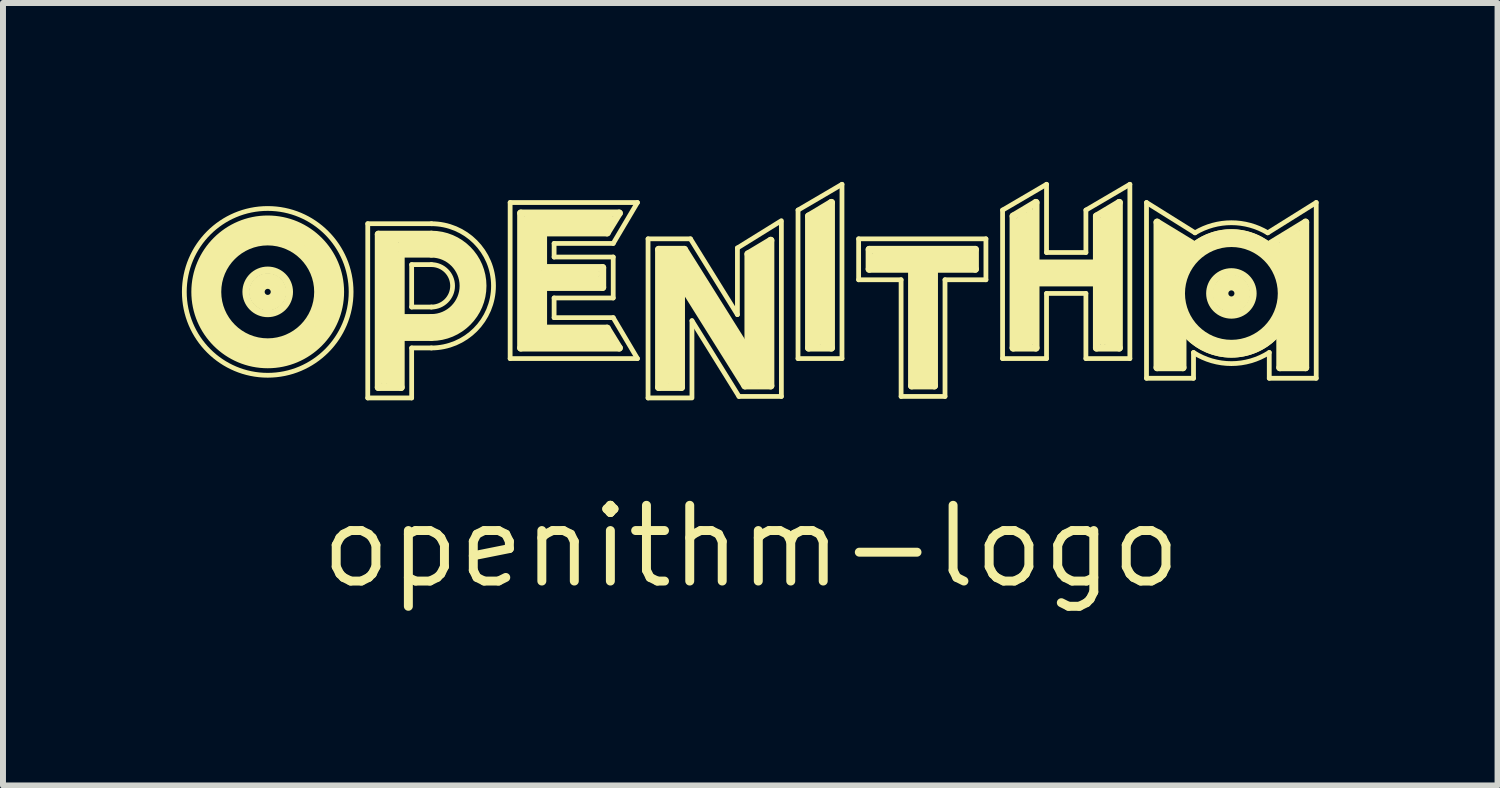
<source format=kicad_pcb>
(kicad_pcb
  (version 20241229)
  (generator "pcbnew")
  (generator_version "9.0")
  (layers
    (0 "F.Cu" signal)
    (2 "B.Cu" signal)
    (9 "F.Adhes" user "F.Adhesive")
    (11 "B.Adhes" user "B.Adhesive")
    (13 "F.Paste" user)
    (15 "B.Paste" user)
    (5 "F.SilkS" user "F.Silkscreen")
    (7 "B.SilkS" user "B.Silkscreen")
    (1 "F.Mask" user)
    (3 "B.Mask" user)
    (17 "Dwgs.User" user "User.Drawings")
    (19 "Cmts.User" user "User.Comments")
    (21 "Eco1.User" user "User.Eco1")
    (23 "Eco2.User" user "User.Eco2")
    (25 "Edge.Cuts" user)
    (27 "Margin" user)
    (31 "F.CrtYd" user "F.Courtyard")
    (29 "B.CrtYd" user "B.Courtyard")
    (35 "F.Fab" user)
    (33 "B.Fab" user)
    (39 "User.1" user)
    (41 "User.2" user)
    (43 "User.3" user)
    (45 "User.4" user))
  (footprint "openithm-logo"
    (layer "F.Cu")
    (at 9.541 1.818)
    (property "Reference" "openithm-logo" (at 0 4.293 0) (layer "F.SilkS") (effects (font (size 1.27 1.27) (thickness 0.15))))
    (attr through_hole)
    (fp_line (start -6.426 -1.118) (end -5.359 -1.118) (stroke (width 0.08) (type solid)) (layer "F.SilkS"))
    (fp_line (start -6.426 1.803) (end -6.426 -1.118) (stroke (width 0.08) (type solid)) (layer "F.SilkS"))
    (fp_line (start -6.248 -0.94) (end -6.248 1.626) (stroke (width 0.12) (type solid)) (layer "F.SilkS"))
    (fp_line (start -6.248 1.626) (end -5.867 1.626) (stroke (width 0.12) (type solid)) (layer "F.SilkS"))
    (fp_line (start -6.147 -0.864) (end -6.045 -0.864) (stroke (width 0.12) (type solid)) (layer "F.SilkS"))
    (fp_line (start -6.147 1.524) (end -6.147 -0.864) (stroke (width 0.12) (type solid)) (layer "F.SilkS"))
    (fp_line (start -6.045 -0.864) (end -6.045 1.549) (stroke (width 0.12) (type solid)) (layer "F.SilkS"))
    (fp_line (start -6.045 1.549) (end -5.969 1.549) (stroke (width 0.12) (type solid)) (layer "F.SilkS"))
    (fp_line (start -5.969 -0.864) (end -5.309 -0.864) (stroke (width 0.12) (type solid)) (layer "F.SilkS"))
    (fp_line (start -5.969 1.549) (end -5.969 -0.864) (stroke (width 0.12) (type solid)) (layer "F.SilkS"))
    (fp_line (start -5.893 0.533) (end -5.334 0.533) (stroke (width 0.12) (type solid)) (layer "F.SilkS"))
    (fp_line (start -5.893 0.635) (end -5.893 0.711) (stroke (width 0.12) (type solid)) (layer "F.SilkS"))
    (fp_line (start -5.893 0.711) (end -5.309 0.711) (stroke (width 0.12) (type solid)) (layer "F.SilkS"))
    (fp_line (start -5.867 -0.762) (end -5.867 -0.686) (stroke (width 0.12) (type solid)) (layer "F.SilkS"))
    (fp_line (start -5.867 -0.686) (end -5.309 -0.686) (stroke (width 0.12) (type solid)) (layer "F.SilkS"))
    (fp_line (start -5.867 -0.61) (end -5.359 -0.61) (stroke (width 0.12) (type solid)) (layer "F.SilkS"))
    (fp_line (start -5.867 0.457) (end -5.867 -0.61) (stroke (width 0.12) (type solid)) (layer "F.SilkS"))
    (fp_line (start -5.867 0.787) (end -5.359 0.787) (stroke (width 0.12) (type solid)) (layer "F.SilkS"))
    (fp_line (start -5.867 1.626) (end -5.867 0.787) (stroke (width 0.12) (type solid)) (layer "F.SilkS"))
    (fp_line (start -5.69 -0.432) (end -5.69 0.279) (stroke (width 0.08) (type solid)) (layer "F.SilkS"))
    (fp_line (start -5.69 0.279) (end -5.359 0.279) (stroke (width 0.08) (type solid)) (layer "F.SilkS"))
    (fp_line (start -5.69 0.965) (end -5.69 1.803) (stroke (width 0.08) (type solid)) (layer "F.SilkS"))
    (fp_line (start -5.69 1.803) (end -6.426 1.803) (stroke (width 0.08) (type solid)) (layer "F.SilkS"))
    (fp_line (start -5.359 -0.94) (end -6.248 -0.94) (stroke (width 0.12) (type solid)) (layer "F.SilkS"))
    (fp_line (start -5.359 -0.432) (end -5.69 -0.432) (stroke (width 0.08) (type solid)) (layer "F.SilkS"))
    (fp_line (start -5.359 0.457) (end -5.867 0.457) (stroke (width 0.12) (type solid)) (layer "F.SilkS"))
    (fp_line (start -5.359 0.965) (end -5.69 0.965) (stroke (width 0.08) (type solid)) (layer "F.SilkS"))
    (fp_line (start -5.334 0.533) (end -5.334 0.635) (stroke (width 0.12) (type solid)) (layer "F.SilkS"))
    (fp_line (start -5.334 0.635) (end -5.893 0.635) (stroke (width 0.12) (type solid)) (layer "F.SilkS"))
    (fp_line (start -5.309 -0.864) (end -5.309 -0.762) (stroke (width 0.12) (type solid)) (layer "F.SilkS"))
    (fp_line (start -5.309 -0.762) (end -5.867 -0.762) (stroke (width 0.12) (type solid)) (layer "F.SilkS"))
    (fp_line (start -4.039 -1.473) (end -1.905 -1.473) (stroke (width 0.08) (type solid)) (layer "F.SilkS"))
    (fp_line (start -4.039 1.143) (end -4.039 -1.473) (stroke (width 0.08) (type solid)) (layer "F.SilkS"))
    (fp_line (start -3.861 -1.295) (end -2.21 -1.295) (stroke (width 0.12) (type solid)) (layer "F.SilkS"))
    (fp_line (start -3.861 0.965) (end -3.861 -1.295) (stroke (width 0.12) (type solid)) (layer "F.SilkS"))
    (fp_line (start -3.785 0.787) (end -2.388 0.787) (stroke (width 0.12) (type solid)) (layer "F.SilkS"))
    (fp_line (start -3.785 0.889) (end -3.785 0.787) (stroke (width 0.12) (type solid)) (layer "F.SilkS"))
    (fp_line (start -3.759 -1.194) (end -2.362 -1.194) (stroke (width 0.12) (type solid)) (layer "F.SilkS"))
    (fp_line (start -3.759 0.737) (end -3.759 -1.194) (stroke (width 0.12) (type solid)) (layer "F.SilkS"))
    (fp_line (start -3.683 -1.016) (end -3.683 0.686) (stroke (width 0.12) (type solid)) (layer "F.SilkS"))
    (fp_line (start -3.683 0.686) (end -3.581 0.686) (stroke (width 0.12) (type solid)) (layer "F.SilkS"))
    (fp_line (start -3.581 0.686) (end -3.581 -0.94) (stroke (width 0.12) (type solid)) (layer "F.SilkS"))
    (fp_line (start -3.505 -0.279) (end -3.505 -0.178) (stroke (width 0.12) (type solid)) (layer "F.SilkS"))
    (fp_line (start -3.505 -0.178) (end -2.54 -0.178) (stroke (width 0.12) (type solid)) (layer "F.SilkS"))
    (fp_line (start -3.48 -0.965) (end -3.48 -0.381) (stroke (width 0.12) (type solid)) (layer "F.SilkS"))
    (fp_line (start -3.48 -0.381) (end -2.489 -0.381) (stroke (width 0.12) (type solid)) (layer "F.SilkS"))
    (fp_line (start -3.48 -0.051) (end -3.48 0.635) (stroke (width 0.12) (type solid)) (layer "F.SilkS"))
    (fp_line (start -3.48 0.635) (end -2.413 0.635) (stroke (width 0.12) (type solid)) (layer "F.SilkS"))
    (fp_line (start -3.302 -0.787) (end -3.302 -0.559) (stroke (width 0.08) (type solid)) (layer "F.SilkS"))
    (fp_line (start -3.302 -0.559) (end -2.311 -0.559) (stroke (width 0.08) (type solid)) (layer "F.SilkS"))
    (fp_line (start -3.302 0.127) (end -3.302 0.457) (stroke (width 0.08) (type solid)) (layer "F.SilkS"))
    (fp_line (start -3.302 0.457) (end -2.311 0.457) (stroke (width 0.08) (type solid)) (layer "F.SilkS"))
    (fp_line (start -2.591 -0.279) (end -3.505 -0.279) (stroke (width 0.12) (type solid)) (layer "F.SilkS"))
    (fp_line (start -2.54 -0.178) (end -2.54 -0.127) (stroke (width 0.12) (type solid)) (layer "F.SilkS"))
    (fp_line (start -2.54 -0.127) (end -3.531 -0.127) (stroke (width 0.12) (type solid)) (layer "F.SilkS"))
    (fp_line (start -2.489 -0.381) (end -2.489 -0.051) (stroke (width 0.12) (type solid)) (layer "F.SilkS"))
    (fp_line (start -2.489 -0.051) (end -3.48 -0.051) (stroke (width 0.12) (type solid)) (layer "F.SilkS"))
    (fp_line (start -2.464 0.737) (end -3.759 0.737) (stroke (width 0.12) (type solid)) (layer "F.SilkS"))
    (fp_line (start -2.438 -1.092) (end -3.683 -1.092) (stroke (width 0.12) (type solid)) (layer "F.SilkS"))
    (fp_line (start -2.438 -1.016) (end -3.683 -1.016) (stroke (width 0.12) (type solid)) (layer "F.SilkS"))
    (fp_line (start -2.413 -0.965) (end -3.48 -0.965) (stroke (width 0.12) (type solid)) (layer "F.SilkS"))
    (fp_line (start -2.413 0.635) (end -2.21 0.965) (stroke (width 0.12) (type solid)) (layer "F.SilkS"))
    (fp_line (start -2.388 0.787) (end -2.464 0.737) (stroke (width 0.12) (type solid)) (layer "F.SilkS"))
    (fp_line (start -2.362 -1.194) (end -2.438 -1.092) (stroke (width 0.12) (type solid)) (layer "F.SilkS"))
    (fp_line (start -2.337 0.889) (end -3.785 0.889) (stroke (width 0.12) (type solid)) (layer "F.SilkS"))
    (fp_line (start -2.311 -0.787) (end -3.302 -0.787) (stroke (width 0.08) (type solid)) (layer "F.SilkS"))
    (fp_line (start -2.311 -0.559) (end -2.311 0.127) (stroke (width 0.08) (type solid)) (layer "F.SilkS"))
    (fp_line (start -2.311 0.127) (end -3.302 0.127) (stroke (width 0.08) (type solid)) (layer "F.SilkS"))
    (fp_line (start -2.311 0.457) (end -1.905 1.143) (stroke (width 0.08) (type solid)) (layer "F.SilkS"))
    (fp_line (start -2.21 -1.295) (end -2.413 -0.965) (stroke (width 0.12) (type solid)) (layer "F.SilkS"))
    (fp_line (start -2.21 0.965) (end -3.861 0.965) (stroke (width 0.12) (type solid)) (layer "F.SilkS"))
    (fp_line (start -1.905 -1.473) (end -2.311 -0.787) (stroke (width 0.08) (type solid)) (layer "F.SilkS"))
    (fp_line (start -1.905 1.143) (end -4.039 1.143) (stroke (width 0.08) (type solid)) (layer "F.SilkS"))
    (fp_line (start -1.727 -0.864) (end -1.016 -0.864) (stroke (width 0.08) (type solid)) (layer "F.SilkS"))
    (fp_line (start -1.727 1.803) (end -1.727 -0.864) (stroke (width 0.08) (type solid)) (layer "F.SilkS"))
    (fp_line (start -1.549 -0.686) (end -1.118 -0.686) (stroke (width 0.12) (type solid)) (layer "F.SilkS"))
    (fp_line (start -1.549 1.626) (end -1.549 -0.686) (stroke (width 0.12) (type solid)) (layer "F.SilkS"))
    (fp_line (start -1.448 -0.61) (end -1.448 1.549) (stroke (width 0.12) (type solid)) (layer "F.SilkS"))
    (fp_line (start -1.346 -0.61) (end -1.448 -0.61) (stroke (width 0.12) (type solid)) (layer "F.SilkS"))
    (fp_line (start -1.346 1.524) (end -1.346 -0.61) (stroke (width 0.12) (type solid)) (layer "F.SilkS"))
    (fp_line (start -1.245 -0.61) (end -1.245 1.524) (stroke (width 0.12) (type solid)) (layer "F.SilkS"))
    (fp_line (start -1.245 1.524) (end -1.346 1.524) (stroke (width 0.12) (type solid)) (layer "F.SilkS"))
    (fp_line (start -1.194 -0.406) (end -1.194 -0.229) (stroke (width 0.12) (type solid)) (layer "F.SilkS"))
    (fp_line (start -1.194 -0.229) (end -0.051 1.499) (stroke (width 0.12) (type solid)) (layer "F.SilkS"))
    (fp_line (start -1.168 -0.584) (end -1.168 -0.483) (stroke (width 0.12) (type solid)) (layer "F.SilkS"))
    (fp_line (start -1.168 -0.483) (end -0.051 1.27) (stroke (width 0.12) (type solid)) (layer "F.SilkS"))
    (fp_line (start -1.168 -0.102) (end -1.168 1.626) (stroke (width 0.12) (type solid)) (layer "F.SilkS"))
    (fp_line (start -1.168 1.626) (end -1.549 1.626) (stroke (width 0.12) (type solid)) (layer "F.SilkS"))
    (fp_line (start -1.118 -0.686) (end -0.051 1.016) (stroke (width 0.12) (type solid)) (layer "F.SilkS"))
    (fp_line (start -1.016 -0.864) (end -0.229 0.406) (stroke (width 0.08) (type solid)) (layer "F.SilkS"))
    (fp_line (start -1.016 1.803) (end -1.727 1.803) (stroke (width 0.08) (type solid)) (layer "F.SilkS"))
    (fp_line (start -0.991 0.508) (end -0.991 1.803) (stroke (width 0.08) (type solid)) (layer "F.SilkS"))
    (fp_line (start -0.229 -0.711) (end 0.508 -1.168) (stroke (width 0.08) (type solid)) (layer "F.SilkS"))
    (fp_line (start -0.229 0.406) (end -0.229 -0.711) (stroke (width 0.08) (type solid)) (layer "F.SilkS"))
    (fp_line (start -0.203 1.778) (end -0.991 0.508) (stroke (width 0.08) (type solid)) (layer "F.SilkS"))
    (fp_line (start -0.102 1.6) (end -1.168 -0.102) (stroke (width 0.12) (type solid)) (layer "F.SilkS"))
    (fp_line (start -0.051 -0.61) (end 0.33 -0.838) (stroke (width 0.12) (type solid)) (layer "F.SilkS"))
    (fp_line (start -0.051 1.016) (end -0.051 -0.61) (stroke (width 0.12) (type solid)) (layer "F.SilkS"))
    (fp_line (start -0.051 1.27) (end -0.051 1.397) (stroke (width 0.12) (type solid)) (layer "F.SilkS"))
    (fp_line (start -0.051 1.397) (end -1.194 -0.406) (stroke (width 0.12) (type solid)) (layer "F.SilkS"))
    (fp_line (start -0.025 1.168) (end -1.168 -0.584) (stroke (width 0.12) (type solid)) (layer "F.SilkS"))
    (fp_line (start 0.025 1.499) (end 0.025 -0.559) (stroke (width 0.12) (type solid)) (layer "F.SilkS"))
    (fp_line (start 0.076 -0.559) (end 0.076 1.499) (stroke (width 0.12) (type solid)) (layer "F.SilkS"))
    (fp_line (start 0.076 1.499) (end 0.025 1.499) (stroke (width 0.12) (type solid)) (layer "F.SilkS"))
    (fp_line (start 0.178 -0.635) (end 0.076 -0.559) (stroke (width 0.12) (type solid)) (layer "F.SilkS"))
    (fp_line (start 0.178 1.524) (end 0.178 -0.635) (stroke (width 0.12) (type solid)) (layer "F.SilkS"))
    (fp_line (start 0.254 -0.711) (end 0.254 1.524) (stroke (width 0.12) (type solid)) (layer "F.SilkS"))
    (fp_line (start 0.254 1.524) (end 0.178 1.524) (stroke (width 0.12) (type solid)) (layer "F.SilkS"))
    (fp_line (start 0.33 -0.838) (end 0.33 1.6) (stroke (width 0.12) (type solid)) (layer "F.SilkS"))
    (fp_line (start 0.33 1.6) (end -0.102 1.6) (stroke (width 0.12) (type solid)) (layer "F.SilkS"))
    (fp_line (start 0.508 -1.143) (end 0.508 1.778) (stroke (width 0.08) (type solid)) (layer "F.SilkS"))
    (fp_line (start 0.508 1.778) (end -0.203 1.778) (stroke (width 0.08) (type solid)) (layer "F.SilkS"))
    (fp_line (start 0.787 -1.346) (end 1.524 -1.778) (stroke (width 0.08) (type solid)) (layer "F.SilkS"))
    (fp_line (start 0.787 1.143) (end 0.787 -1.346) (stroke (width 0.08) (type solid)) (layer "F.SilkS"))
    (fp_line (start 0.965 -1.245) (end 1.346 -1.473) (stroke (width 0.12) (type solid)) (layer "F.SilkS"))
    (fp_line (start 0.965 0.965) (end 0.965 -1.245) (stroke (width 0.12) (type solid)) (layer "F.SilkS"))
    (fp_line (start 1.041 -1.194) (end 1.041 0.864) (stroke (width 0.12) (type solid)) (layer "F.SilkS"))
    (fp_line (start 1.041 0.864) (end 1.118 0.864) (stroke (width 0.12) (type solid)) (layer "F.SilkS"))
    (fp_line (start 1.118 -1.245) (end 1.219 -1.295) (stroke (width 0.12) (type solid)) (layer "F.SilkS"))
    (fp_line (start 1.118 0.864) (end 1.118 -1.245) (stroke (width 0.12) (type solid)) (layer "F.SilkS"))
    (fp_line (start 1.219 -1.295) (end 1.219 0.889) (stroke (width 0.12) (type solid)) (layer "F.SilkS"))
    (fp_line (start 1.219 0.889) (end 1.27 0.889) (stroke (width 0.12) (type solid)) (layer "F.SilkS"))
    (fp_line (start 1.27 0.889) (end 1.27 -1.346) (stroke (width 0.12) (type solid)) (layer "F.SilkS"))
    (fp_line (start 1.346 -1.473) (end 1.346 0.965) (stroke (width 0.12) (type solid)) (layer "F.SilkS"))
    (fp_line (start 1.346 0.965) (end 0.965 0.965) (stroke (width 0.12) (type solid)) (layer "F.SilkS"))
    (fp_line (start 1.524 -1.778) (end 1.524 1.143) (stroke (width 0.08) (type solid)) (layer "F.SilkS"))
    (fp_line (start 1.524 1.143) (end 0.787 1.143) (stroke (width 0.08) (type solid)) (layer "F.SilkS"))
    (fp_line (start 1.803 -0.864) (end 3.937 -0.864) (stroke (width 0.08) (type solid)) (layer "F.SilkS"))
    (fp_line (start 1.803 -0.178) (end 1.803 -0.864) (stroke (width 0.08) (type solid)) (layer "F.SilkS"))
    (fp_line (start 1.981 -0.686) (end 3.759 -0.686) (stroke (width 0.12) (type solid)) (layer "F.SilkS"))
    (fp_line (start 1.981 -0.356) (end 1.981 -0.686) (stroke (width 0.12) (type solid)) (layer "F.SilkS"))
    (fp_line (start 2.057 -0.508) (end 2.083 -0.432) (stroke (width 0.12) (type solid)) (layer "F.SilkS"))
    (fp_line (start 2.083 -0.584) (end 3.658 -0.584) (stroke (width 0.12) (type solid)) (layer "F.SilkS"))
    (fp_line (start 2.083 -0.432) (end 3.708 -0.432) (stroke (width 0.12) (type solid)) (layer "F.SilkS"))
    (fp_line (start 2.515 -0.178) (end 1.803 -0.178) (stroke (width 0.08) (type solid)) (layer "F.SilkS"))
    (fp_line (start 2.515 1.778) (end 2.515 -0.178) (stroke (width 0.08) (type solid)) (layer "F.SilkS"))
    (fp_line (start 2.692 -0.356) (end 1.981 -0.356) (stroke (width 0.12) (type solid)) (layer "F.SilkS"))
    (fp_line (start 2.692 1.6) (end 2.692 -0.356) (stroke (width 0.12) (type solid)) (layer "F.SilkS"))
    (fp_line (start 2.794 -0.356) (end 2.794 1.524) (stroke (width 0.12) (type solid)) (layer "F.SilkS"))
    (fp_line (start 2.896 -0.381) (end 2.794 -0.356) (stroke (width 0.12) (type solid)) (layer "F.SilkS"))
    (fp_line (start 2.896 1.524) (end 2.896 -0.381) (stroke (width 0.12) (type solid)) (layer "F.SilkS"))
    (fp_line (start 2.972 -0.356) (end 2.972 1.524) (stroke (width 0.12) (type solid)) (layer "F.SilkS"))
    (fp_line (start 2.972 1.524) (end 2.896 1.524) (stroke (width 0.12) (type solid)) (layer "F.SilkS"))
    (fp_line (start 3.073 -0.356) (end 3.073 1.6) (stroke (width 0.12) (type solid)) (layer "F.SilkS"))
    (fp_line (start 3.073 1.6) (end 2.692 1.6) (stroke (width 0.12) (type solid)) (layer "F.SilkS"))
    (fp_line (start 3.251 -0.178) (end 3.251 1.778) (stroke (width 0.08) (type solid)) (layer "F.SilkS"))
    (fp_line (start 3.251 1.778) (end 2.515 1.778) (stroke (width 0.08) (type solid)) (layer "F.SilkS"))
    (fp_line (start 3.658 -0.584) (end 3.658 -0.508) (stroke (width 0.12) (type solid)) (layer "F.SilkS"))
    (fp_line (start 3.658 -0.508) (end 2.057 -0.508) (stroke (width 0.12) (type solid)) (layer "F.SilkS"))
    (fp_line (start 3.759 -0.686) (end 3.759 -0.356) (stroke (width 0.12) (type solid)) (layer "F.SilkS"))
    (fp_line (start 3.759 -0.356) (end 3.073 -0.356) (stroke (width 0.12) (type solid)) (layer "F.SilkS"))
    (fp_line (start 3.937 -0.864) (end 3.937 -0.178) (stroke (width 0.08) (type solid)) (layer "F.SilkS"))
    (fp_line (start 3.937 -0.178) (end 3.251 -0.178) (stroke (width 0.08) (type solid)) (layer "F.SilkS"))
    (fp_line (start 4.216 -1.346) (end 4.953 -1.778) (stroke (width 0.08) (type solid)) (layer "F.SilkS"))
    (fp_line (start 4.216 1.143) (end 4.216 -1.346) (stroke (width 0.08) (type solid)) (layer "F.SilkS"))
    (fp_line (start 4.394 -1.245) (end 4.775 -1.473) (stroke (width 0.12) (type solid)) (layer "F.SilkS"))
    (fp_line (start 4.394 0.965) (end 4.394 -1.245) (stroke (width 0.12) (type solid)) (layer "F.SilkS"))
    (fp_line (start 4.496 -1.168) (end 4.496 0.889) (stroke (width 0.12) (type solid)) (layer "F.SilkS"))
    (fp_line (start 4.572 -1.27) (end 4.496 -1.168) (stroke (width 0.12) (type solid)) (layer "F.SilkS"))
    (fp_line (start 4.572 0.864) (end 4.572 -1.27) (stroke (width 0.12) (type solid)) (layer "F.SilkS"))
    (fp_line (start 4.674 -1.321) (end 4.674 0.864) (stroke (width 0.12) (type solid)) (layer "F.SilkS"))
    (fp_line (start 4.674 0.864) (end 4.572 0.864) (stroke (width 0.12) (type solid)) (layer "F.SilkS"))
    (fp_line (start 4.724 -0.381) (end 5.842 -0.381) (stroke (width 0.12) (type solid)) (layer "F.SilkS"))
    (fp_line (start 4.775 -1.473) (end 4.775 -0.457) (stroke (width 0.12) (type solid)) (layer "F.SilkS"))
    (fp_line (start 4.775 -0.457) (end 5.791 -0.457) (stroke (width 0.12) (type solid)) (layer "F.SilkS"))
    (fp_line (start 4.775 -0.305) (end 4.775 -0.203) (stroke (width 0.12) (type solid)) (layer "F.SilkS"))
    (fp_line (start 4.775 -0.203) (end 5.817 -0.203) (stroke (width 0.12) (type solid)) (layer "F.SilkS"))
    (fp_line (start 4.775 -0.127) (end 4.775 0.965) (stroke (width 0.12) (type solid)) (layer "F.SilkS"))
    (fp_line (start 4.775 0.965) (end 4.394 0.965) (stroke (width 0.12) (type solid)) (layer "F.SilkS"))
    (fp_line (start 4.953 -1.778) (end 4.953 -0.635) (stroke (width 0.08) (type solid)) (layer "F.SilkS"))
    (fp_line (start 4.953 -0.635) (end 5.613 -0.635) (stroke (width 0.08) (type solid)) (layer "F.SilkS"))
    (fp_line (start 4.953 0.051) (end 4.953 1.143) (stroke (width 0.08) (type solid)) (layer "F.SilkS"))
    (fp_line (start 4.953 1.143) (end 4.216 1.143) (stroke (width 0.08) (type solid)) (layer "F.SilkS"))
    (fp_line (start 5.613 -1.346) (end 6.35 -1.778) (stroke (width 0.08) (type solid)) (layer "F.SilkS"))
    (fp_line (start 5.613 -0.635) (end 5.613 -1.346) (stroke (width 0.08) (type solid)) (layer "F.SilkS"))
    (fp_line (start 5.613 0.051) (end 4.953 0.051) (stroke (width 0.08) (type solid)) (layer "F.SilkS"))
    (fp_line (start 5.613 1.143) (end 5.613 0.051) (stroke (width 0.08) (type solid)) (layer "F.SilkS"))
    (fp_line (start 5.791 -1.245) (end 6.172 -1.473) (stroke (width 0.12) (type solid)) (layer "F.SilkS"))
    (fp_line (start 5.791 -0.457) (end 5.791 -1.245) (stroke (width 0.12) (type solid)) (layer "F.SilkS"))
    (fp_line (start 5.791 -0.127) (end 4.775 -0.127) (stroke (width 0.12) (type solid)) (layer "F.SilkS"))
    (fp_line (start 5.791 0.965) (end 5.791 -0.127) (stroke (width 0.12) (type solid)) (layer "F.SilkS"))
    (fp_line (start 5.842 -0.381) (end 5.842 -0.305) (stroke (width 0.12) (type solid)) (layer "F.SilkS"))
    (fp_line (start 5.842 -0.305) (end 4.775 -0.305) (stroke (width 0.12) (type solid)) (layer "F.SilkS"))
    (fp_line (start 5.893 -1.168) (end 5.893 0.864) (stroke (width 0.12) (type solid)) (layer "F.SilkS"))
    (fp_line (start 5.994 -1.295) (end 5.893 -1.168) (stroke (width 0.12) (type solid)) (layer "F.SilkS"))
    (fp_line (start 5.994 0.889) (end 5.994 -1.295) (stroke (width 0.12) (type solid)) (layer "F.SilkS"))
    (fp_line (start 6.096 -1.346) (end 6.096 0.889) (stroke (width 0.12) (type solid)) (layer "F.SilkS"))
    (fp_line (start 6.096 0.889) (end 5.994 0.889) (stroke (width 0.12) (type solid)) (layer "F.SilkS"))
    (fp_line (start 6.172 -1.473) (end 6.172 0.965) (stroke (width 0.12) (type solid)) (layer "F.SilkS"))
    (fp_line (start 6.172 0.965) (end 5.791 0.965) (stroke (width 0.12) (type solid)) (layer "F.SilkS"))
    (fp_line (start 6.35 -1.778) (end 6.35 1.143) (stroke (width 0.08) (type solid)) (layer "F.SilkS"))
    (fp_line (start 6.35 1.143) (end 5.613 1.143) (stroke (width 0.08) (type solid)) (layer "F.SilkS"))
    (fp_line (start 6.629 -1.473) (end 7.442 -0.965) (stroke (width 0.08) (type solid)) (layer "F.SilkS"))
    (fp_line (start 6.629 1.473) (end 6.629 -1.473) (stroke (width 0.08) (type solid)) (layer "F.SilkS"))
    (fp_line (start 6.807 -1.143) (end 7.391 -0.787) (stroke (width 0.12) (type solid)) (layer "F.SilkS"))
    (fp_line (start 6.807 1.295) (end 6.807 -1.143) (stroke (width 0.12) (type solid)) (layer "F.SilkS"))
    (fp_line (start 6.883 -1.016) (end 6.883 1.219) (stroke (width 0.12) (type solid)) (layer "F.SilkS"))
    (fp_line (start 6.883 1.219) (end 6.96 1.219) (stroke (width 0.12) (type solid)) (layer "F.SilkS"))
    (fp_line (start 6.96 -0.965) (end 7.061 -0.889) (stroke (width 0.12) (type solid)) (layer "F.SilkS"))
    (fp_line (start 6.96 1.219) (end 6.96 -0.965) (stroke (width 0.12) (type solid)) (layer "F.SilkS"))
    (fp_line (start 7.061 -0.889) (end 7.061 1.219) (stroke (width 0.12) (type solid)) (layer "F.SilkS"))
    (fp_line (start 7.061 1.219) (end 7.137 1.219) (stroke (width 0.12) (type solid)) (layer "F.SilkS"))
    (fp_line (start 7.137 -0.864) (end 7.315 -0.737) (stroke (width 0.12) (type solid)) (layer "F.SilkS"))
    (fp_line (start 7.137 1.219) (end 7.137 -0.864) (stroke (width 0.12) (type solid)) (layer "F.SilkS"))
    (fp_line (start 7.188 -0.61) (end 7.214 -0.737) (stroke (width 0.12) (type solid)) (layer "F.SilkS"))
    (fp_line (start 7.239 1.295) (end 6.807 1.295) (stroke (width 0.12) (type solid)) (layer "F.SilkS"))
    (fp_line (start 7.239 1.295) (end 7.239 0.737) (stroke (width 0.12) (type solid)) (layer "F.SilkS"))
    (fp_line (start 7.315 -0.737) (end 7.188 -0.61) (stroke (width 0.12) (type solid)) (layer "F.SilkS"))
    (fp_line (start 7.417 1.041) (end 7.417 1.473) (stroke (width 0.08) (type solid)) (layer "F.SilkS"))
    (fp_line (start 7.417 1.473) (end 6.629 1.473) (stroke (width 0.08) (type solid)) (layer "F.SilkS"))
    (fp_line (start 8.661 -0.965) (end 9.474 -1.473) (stroke (width 0.08) (type solid)) (layer "F.SilkS"))
    (fp_line (start 8.687 1.473) (end 8.687 1.041) (stroke (width 0.08) (type solid)) (layer "F.SilkS"))
    (fp_line (start 8.839 -0.66) (end 8.814 -0.762) (stroke (width 0.12) (type solid)) (layer "F.SilkS"))
    (fp_line (start 8.865 1.295) (end 8.865 0.737) (stroke (width 0.12) (type solid)) (layer "F.SilkS"))
    (fp_line (start 8.865 1.295) (end 9.296 1.295) (stroke (width 0.12) (type solid)) (layer "F.SilkS"))
    (fp_line (start 8.941 -0.838) (end 8.839 -0.66) (stroke (width 0.12) (type solid)) (layer "F.SilkS"))
    (fp_line (start 8.941 1.219) (end 8.941 -0.838) (stroke (width 0.12) (type solid)) (layer "F.SilkS"))
    (fp_line (start 9.042 -0.889) (end 9.042 1.219) (stroke (width 0.12) (type solid)) (layer "F.SilkS"))
    (fp_line (start 9.042 1.219) (end 8.941 1.219) (stroke (width 0.12) (type solid)) (layer "F.SilkS"))
    (fp_line (start 9.144 -0.965) (end 9.042 -0.889) (stroke (width 0.12) (type solid)) (layer "F.SilkS"))
    (fp_line (start 9.144 1.219) (end 9.144 -0.965) (stroke (width 0.12) (type solid)) (layer "F.SilkS"))
    (fp_line (start 9.246 -1.041) (end 9.246 1.219) (stroke (width 0.12) (type solid)) (layer "F.SilkS"))
    (fp_line (start 9.246 1.219) (end 9.144 1.219) (stroke (width 0.12) (type solid)) (layer "F.SilkS"))
    (fp_line (start 9.296 -1.143) (end 8.712 -0.787) (stroke (width 0.12) (type solid)) (layer "F.SilkS"))
    (fp_line (start 9.296 1.295) (end 9.296 -1.143) (stroke (width 0.12) (type solid)) (layer "F.SilkS"))
    (fp_line (start 9.474 -1.473) (end 9.474 1.473) (stroke (width 0.08) (type solid)) (layer "F.SilkS"))
    (fp_line (start 9.474 1.473) (end 8.687 1.473) (stroke (width 0.08) (type solid)) (layer "F.SilkS"))
    (fp_arc (start -5.3594 -1.1176) (mid -4.318 -0.0762) (end -5.3594 0.9652) (stroke (width 0.08) (type solid)) (layer "F.SilkS"))
    (fp_arc (start -5.3594 -0.9398) (mid -4.4958 -0.0762) (end -5.3594 0.7874) (stroke (width 0.12) (type solid)) (layer "F.SilkS"))
    (fp_arc (start -5.3594 -0.6096) (mid -4.826 -0.0762) (end -5.3594 0.4572) (stroke (width 0.12) (type solid)) (layer "F.SilkS"))
    (fp_arc (start -5.3594 -0.4318) (mid -5.0038 -0.0762) (end -5.3594 0.2794) (stroke (width 0.08) (type solid)) (layer "F.SilkS"))
    (fp_arc (start -5.281009 -0.860099) (mid -4.572039 -0.049646) (end -5.334001 0.711199) (stroke (width 0.12) (type solid)) (layer "F.SilkS"))
    (fp_arc (start -5.258402 -0.682184) (mid -4.745185 -0.063669) (end -5.283201 0.533399) (stroke (width 0.12) (type solid)) (layer "F.SilkS"))
    (fp_arc (start -5.219123 -0.777579) (mid -4.644866 -0.043787) (end -5.283201 0.634999) (stroke (width 0.12) (type solid)) (layer "F.SilkS"))
    (fp_arc (start 7.4422 -0.9652) (mid 8.0518 -1.134049) (end 8.6614 -0.9652) (stroke (width 0.08) (type solid)) (layer "F.SilkS"))
    (fp_arc (start 7.449932 -0.767742) (mid 8.056615 -0.965189) (end 8.6614 -0.762) (stroke (width 0.12) (type solid)) (layer "F.SilkS"))
    (fp_arc (start 8.6868 1.0414) (mid 8.0518 1.227454) (end 7.4168 1.0414) (stroke (width 0.08) (type solid)) (layer "F.SilkS"))
    (fp_arc (start 8.8646 0.6604) (mid 8.0518 1.0668) (end 7.239 0.6604) (stroke (width 0.12) (type solid)) (layer "F.SilkS"))
    (fp_circle (center -8.103 0.025) (end -8.052 0.025) (stroke (width 0.12) (type solid)) (fill no) (layer "F.SilkS"))
    (fp_circle (center -8.103 0.025) (end -7.95 0.025) (stroke (width 0.12) (type solid)) (fill no) (layer "F.SilkS"))
    (fp_circle (center -8.103 0.025) (end -7.849 0.025) (stroke (width 0.12) (type solid)) (fill no) (layer "F.SilkS"))
    (fp_circle (center -8.103 0.025) (end -7.747 -0.051) (stroke (width 0.12) (type solid)) (fill no) (layer "F.SilkS"))
    (fp_circle (center -8.103 0.025) (end -7.264 0.025) (stroke (width 0.12) (type solid)) (fill no) (layer "F.SilkS"))
    (fp_circle (center -8.103 0.025) (end -7.163 0.051) (stroke (width 0.12) (type solid)) (fill no) (layer "F.SilkS"))
    (fp_circle (center -8.103 0.025) (end -7.061 0.076) (stroke (width 0.12) (type solid)) (fill no) (layer "F.SilkS"))
    (fp_circle (center -8.103 0.025) (end -6.985 0.076) (stroke (width 0.12) (type solid)) (fill no) (layer "F.SilkS"))
    (fp_circle (center -8.103 0.025) (end -6.883 0.051) (stroke (width 0.12) (type solid)) (fill no) (layer "F.SilkS"))
    (fp_circle (center -8.103 0.025) (end -6.705 0.025) (stroke (width 0.08) (type solid)) (fill no) (layer "F.SilkS"))
    (fp_circle (center 8.052 0.051) (end 8.052 -0.965) (stroke (width 0.12) (type solid)) (fill no) (layer "F.SilkS"))
    (fp_circle (center 8.052 0.051) (end 8.052 -0.864) (stroke (width 0.12) (type solid)) (fill no) (layer "F.SilkS"))
    (fp_circle (center 8.052 0.051) (end 8.103 0.051) (stroke (width 0.12) (type solid)) (fill no) (layer "F.SilkS"))
    (fp_circle (center 8.052 0.051) (end 8.204 0.051) (stroke (width 0.12) (type solid)) (fill no) (layer "F.SilkS"))
    (fp_circle (center 8.052 0.051) (end 8.306 0.025) (stroke (width 0.12) (type solid)) (fill no) (layer "F.SilkS"))
    (fp_circle (center 8.052 0.051) (end 8.407 -0.025) (stroke (width 0.12) (type solid)) (fill no) (layer "F.SilkS"))
    (fp_circle (center 8.052 0.051) (end 8.89 0.051) (stroke (width 0.12) (type solid)) (fill no) (layer "F.SilkS")))
  (gr_rect
    (start -3 -3)
    (end 22.055 10.117)
    (stroke (width 0.1) (type default))
    (fill no)
    (layer "Edge.Cuts")))
</source>
